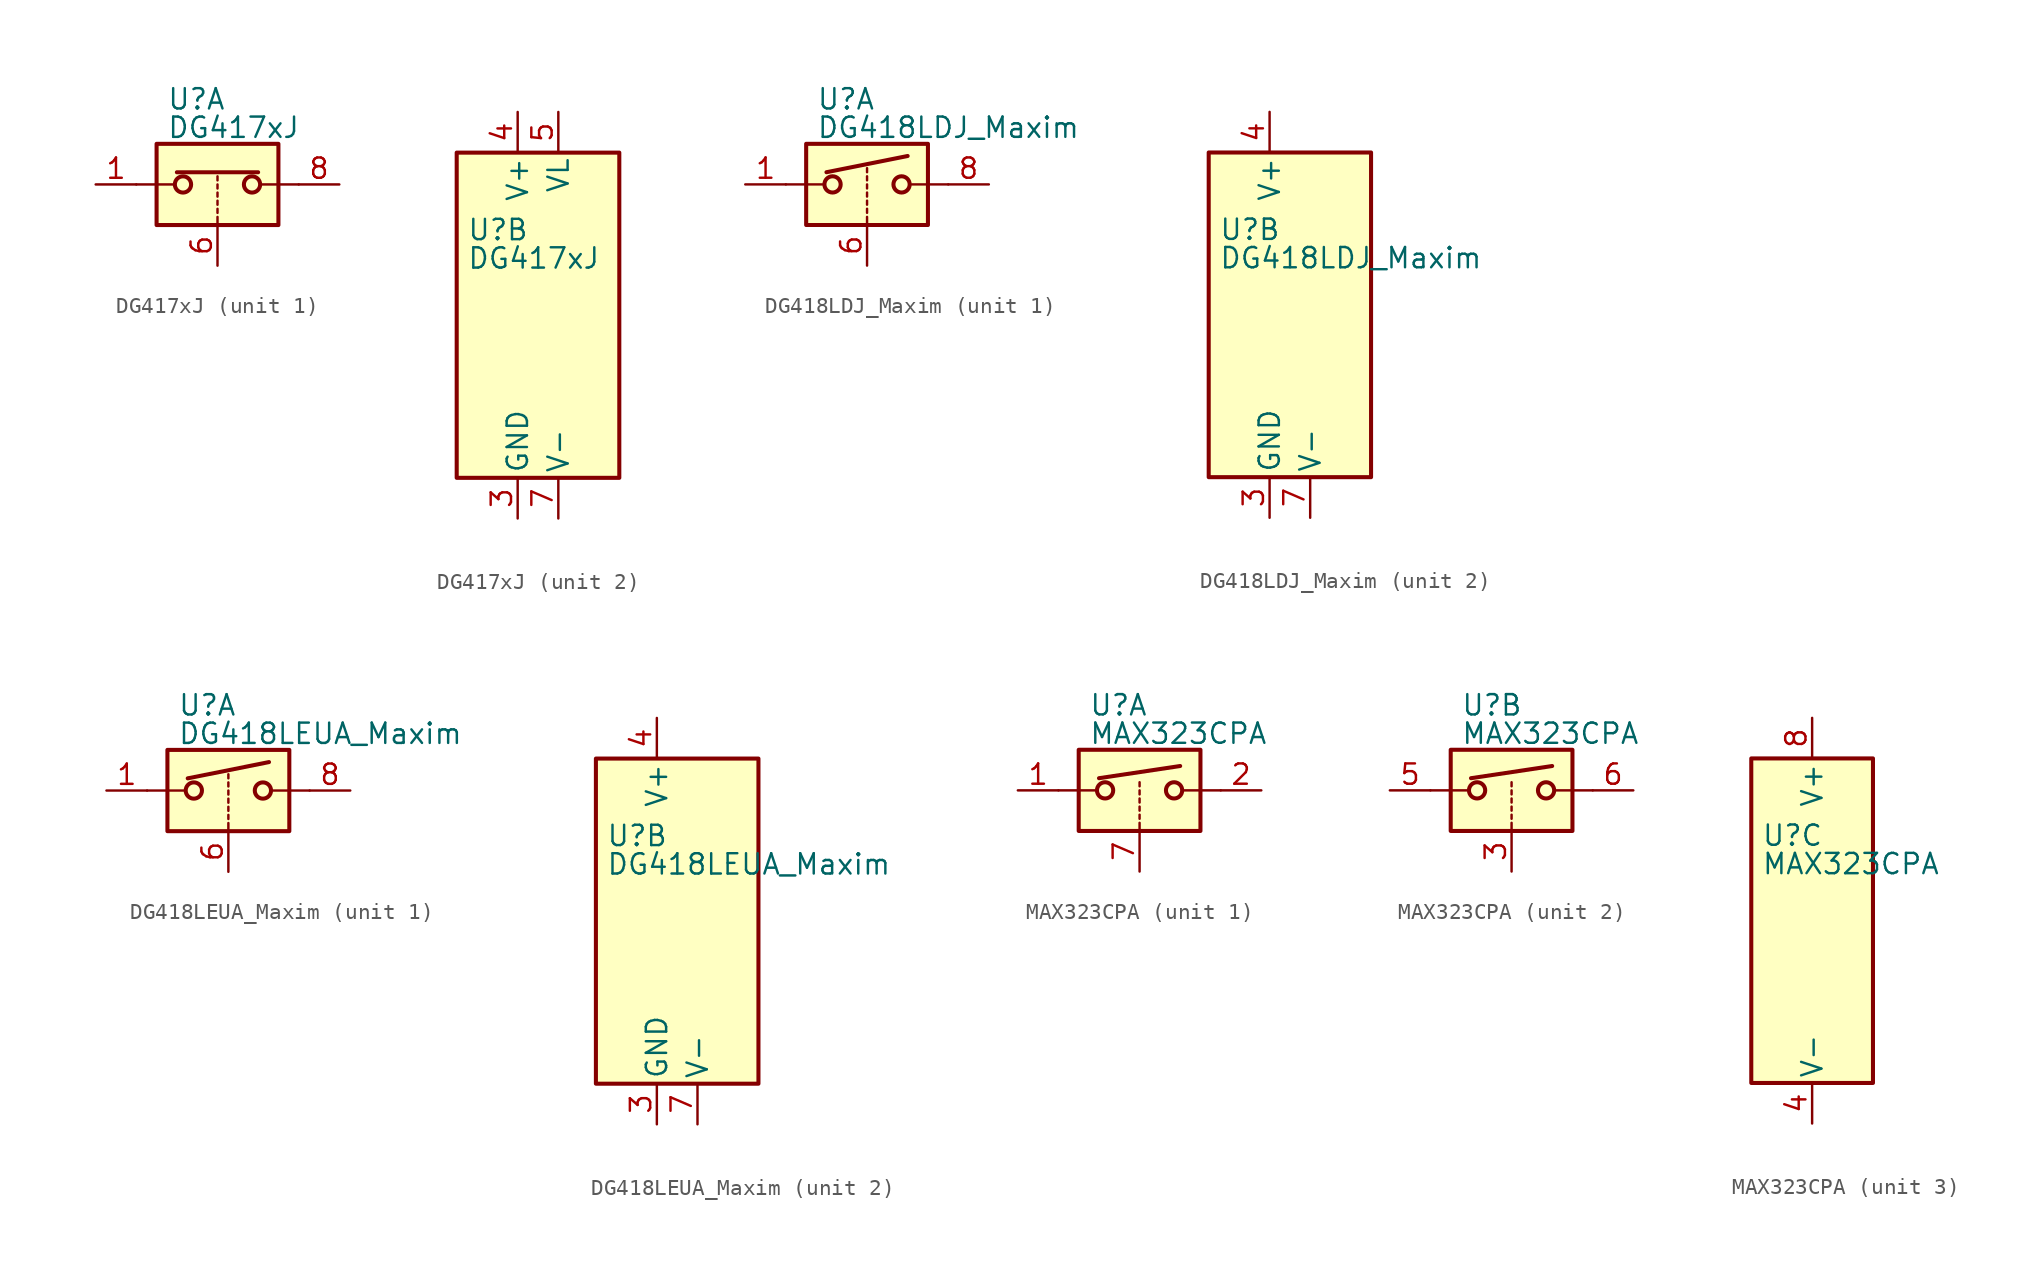
<source format=kicad_sym>
(kicad_symbol_lib
  (version 20211014)
  (generator kicad_symbol_editor)
  (symbol "DG417xJ"
    (pin_names
      (offset 0.254))
    (property "Reference" "U"
      (at -3.175 5.334 0)
      (effects (font (size 1.27 1.27)) (justify left)))
    (property "Value" "DG417xJ"
      (at -3.175 3.556 0)
      (effects (font (size 1.27 1.27)) (justify left)))
    (symbol "DG417xJ_1_1"
      (rectangle (start -3.81 2.54) (end 3.81 -2.54) (stroke (width 0.254) (type default) (color 0 0 0 0)) (fill (type background)))
      (circle (center -2.159 0) (radius 0.508) (stroke (width 0.254) (type default) (color 0 0 0 0)) (fill (type none)))
      (polyline (pts (xy -5.08 0) (xy -2.794 0)) (stroke (width 0) (type default) (color 0 0 0 0)) (fill (type none)))
      (polyline (pts (xy -2.54 0.762) (xy 2.54 0.762)) (stroke (width 0.254) (type default) (color 0 0 0 0)) (fill (type none)))
      (polyline (pts (xy 0 -2.54) (xy 0 -2.032)) (stroke (width 0) (type default) (color 0 0 0 0)) (fill (type none)))
      (polyline (pts (xy 0 -1.778) (xy 0 -1.524)) (stroke (width 0) (type default) (color 0 0 0 0)) (fill (type none)))
      (polyline (pts (xy 0 -1.27) (xy 0 -1.016)) (stroke (width 0) (type default) (color 0 0 0 0)) (fill (type none)))
      (polyline (pts (xy 0 -0.762) (xy 0 -0.508)) (stroke (width 0) (type default) (color 0 0 0 0)) (fill (type none)))
      (polyline (pts (xy 0 -0.254) (xy 0 0)) (stroke (width 0) (type default) (color 0 0 0 0)) (fill (type none)))
      (polyline (pts (xy 0 0.254) (xy 0 0.508)) (stroke (width 0) (type default) (color 0 0 0 0)) (fill (type none)))
      (polyline (pts (xy 5.08 0) (xy 2.794 0)) (stroke (width 0) (type default) (color 0 0 0 0)) (fill (type none)))
      (circle (center 2.159 0) (radius 0.508) (stroke (width 0.254) (type default) (color 0 0 0 0)) (fill (type none)))
      (pin passive line (at -7.62 0 0) (length 2.54) (name "~" (effects (font (size 1.27 1.27)))) (number "1" (effects (font (size 1.27 1.27)))))
      (pin input line (at 0 -5.08 90) (length 2.54) (name "~" (effects (font (size 1.27 1.27)))) (number "6" (effects (font (size 1.27 1.27)))))
      (pin passive line (at 7.62 0 180) (length 2.54) (name "~" (effects (font (size 1.27 1.27)))) (number "8" (effects (font (size 1.27 1.27))))))
    (symbol "DG417xJ_2_0"
      (pin no_connect line (at -2.54 10.16 270) (length 2.54) hide (name "NC" (effects (font (size 1.27 1.27)))) (number "2" (effects (font (size 1.27 1.27)))))
      (pin power_in line (at 0 -12.7 90) (length 2.54) (name "GND" (effects (font (size 1.27 1.27)))) (number "3" (effects (font (size 1.27 1.27)))))
      (pin power_in line (at 0 12.7 270) (length 2.54) (name "V+" (effects (font (size 1.27 1.27)))) (number "4" (effects (font (size 1.27 1.27)))))
      (pin power_in line (at 2.54 12.7 270) (length 2.54) (name "VL" (effects (font (size 1.27 1.27)))) (number "5" (effects (font (size 1.27 1.27)))))
      (pin power_in line (at 2.54 -12.7 90) (length 2.54) (name "V-" (effects (font (size 1.27 1.27)))) (number "7" (effects (font (size 1.27 1.27))))))
    (symbol "DG417xJ_2_1"
      (rectangle (start -3.81 10.16) (end 6.35 -10.16) (stroke (width 0.254) (type default) (color 0 0 0 0)) (fill (type background)))))
  (symbol "DG418LDJ_Maxim"
    (pin_names
      (offset 0.254))
    (property "Reference" "U"
      (at -3.175 5.334 0)
      (effects (font (size 1.27 1.27)) (justify left)))
    (property "Value" "DG418LDJ_Maxim"
      (at -3.175 3.556 0)
      (effects (font (size 1.27 1.27)) (justify left)))
    (symbol "DG418LDJ_Maxim_1_1"
      (rectangle (start -3.81 2.54) (end 3.81 -2.54) (stroke (width 0.254) (type default) (color 0 0 0 0)) (fill (type background)))
      (circle (center -2.159 0) (radius 0.508) (stroke (width 0.254) (type default) (color 0 0 0 0)) (fill (type none)))
      (polyline (pts (xy -5.08 0) (xy -2.794 0)) (stroke (width 0) (type default) (color 0 0 0 0)) (fill (type none)))
      (polyline (pts (xy -2.54 0.762) (xy 2.54 1.778)) (stroke (width 0.254) (type default) (color 0 0 0 0)) (fill (type none)))
      (polyline (pts (xy 0 -2.54) (xy 0 -2.032)) (stroke (width 0) (type default) (color 0 0 0 0)) (fill (type none)))
      (polyline (pts (xy 0 -1.778) (xy 0 -1.524)) (stroke (width 0) (type default) (color 0 0 0 0)) (fill (type none)))
      (polyline (pts (xy 0 -1.27) (xy 0 -1.016)) (stroke (width 0) (type default) (color 0 0 0 0)) (fill (type none)))
      (polyline (pts (xy 0 -0.762) (xy 0 -0.508)) (stroke (width 0) (type default) (color 0 0 0 0)) (fill (type none)))
      (polyline (pts (xy 0 -0.254) (xy 0 0)) (stroke (width 0) (type default) (color 0 0 0 0)) (fill (type none)))
      (polyline (pts (xy 0 0.254) (xy 0 0.508)) (stroke (width 0) (type default) (color 0 0 0 0)) (fill (type none)))
      (polyline (pts (xy 0 0.762) (xy 0 1.016)) (stroke (width 0) (type default) (color 0 0 0 0)) (fill (type none)))
      (polyline (pts (xy 5.08 0) (xy 2.794 0)) (stroke (width 0) (type default) (color 0 0 0 0)) (fill (type none)))
      (circle (center 2.159 0) (radius 0.508) (stroke (width 0.254) (type default) (color 0 0 0 0)) (fill (type none)))
      (pin passive line (at -7.62 0 0) (length 2.54) (name "~" (effects (font (size 1.27 1.27)))) (number "1" (effects (font (size 1.27 1.27)))))
      (pin input line (at 0 -5.08 90) (length 2.54) (name "~" (effects (font (size 1.27 1.27)))) (number "6" (effects (font (size 1.27 1.27)))))
      (pin passive line (at 7.62 0 180) (length 2.54) (name "~" (effects (font (size 1.27 1.27)))) (number "8" (effects (font (size 1.27 1.27))))))
    (symbol "DG418LDJ_Maxim_2_0"
      (pin no_connect line (at -2.54 10.16 270) (length 2.54) hide (name "NC" (effects (font (size 1.27 1.27)))) (number "2" (effects (font (size 1.27 1.27)))))
      (pin power_in line (at 0 -12.7 90) (length 2.54) (name "GND" (effects (font (size 1.27 1.27)))) (number "3" (effects (font (size 1.27 1.27)))))
      (pin power_in line (at 0 12.7 270) (length 2.54) (name "V+" (effects (font (size 1.27 1.27)))) (number "4" (effects (font (size 1.27 1.27)))))
      (pin no_connect line (at 2.54 10.16 270) (length 2.54) hide (name "NC" (effects (font (size 1.27 1.27)))) (number "5" (effects (font (size 1.27 1.27)))))
      (pin power_in line (at 2.54 -12.7 90) (length 2.54) (name "V-" (effects (font (size 1.27 1.27)))) (number "7" (effects (font (size 1.27 1.27))))))
    (symbol "DG418LDJ_Maxim_2_1"
      (rectangle (start -3.81 10.16) (end 6.35 -10.16) (stroke (width 0.254) (type default) (color 0 0 0 0)) (fill (type background)))))
  (symbol "DG418LEUA_Maxim"
    (pin_names
      (offset 0.254))
    (property "Reference" "U"
      (at -3.175 5.334 0)
      (effects (font (size 1.27 1.27)) (justify left)))
    (property "Value" "DG418LEUA_Maxim"
      (at -3.175 3.556 0)
      (effects (font (size 1.27 1.27)) (justify left)))
    (symbol "DG418LEUA_Maxim_1_1"
      (rectangle (start -3.81 2.54) (end 3.81 -2.54) (stroke (width 0.254) (type default) (color 0 0 0 0)) (fill (type background)))
      (circle (center -2.159 0) (radius 0.508) (stroke (width 0.254) (type default) (color 0 0 0 0)) (fill (type none)))
      (polyline (pts (xy -5.08 0) (xy -2.794 0)) (stroke (width 0) (type default) (color 0 0 0 0)) (fill (type none)))
      (polyline (pts (xy -2.54 0.762) (xy 2.54 1.778)) (stroke (width 0.254) (type default) (color 0 0 0 0)) (fill (type none)))
      (polyline (pts (xy 0 -2.54) (xy 0 -2.032)) (stroke (width 0) (type default) (color 0 0 0 0)) (fill (type none)))
      (polyline (pts (xy 0 -1.778) (xy 0 -1.524)) (stroke (width 0) (type default) (color 0 0 0 0)) (fill (type none)))
      (polyline (pts (xy 0 -1.27) (xy 0 -1.016)) (stroke (width 0) (type default) (color 0 0 0 0)) (fill (type none)))
      (polyline (pts (xy 0 -0.762) (xy 0 -0.508)) (stroke (width 0) (type default) (color 0 0 0 0)) (fill (type none)))
      (polyline (pts (xy 0 -0.254) (xy 0 0)) (stroke (width 0) (type default) (color 0 0 0 0)) (fill (type none)))
      (polyline (pts (xy 0 0.254) (xy 0 0.508)) (stroke (width 0) (type default) (color 0 0 0 0)) (fill (type none)))
      (polyline (pts (xy 0 0.762) (xy 0 1.016)) (stroke (width 0) (type default) (color 0 0 0 0)) (fill (type none)))
      (polyline (pts (xy 5.08 0) (xy 2.794 0)) (stroke (width 0) (type default) (color 0 0 0 0)) (fill (type none)))
      (circle (center 2.159 0) (radius 0.508) (stroke (width 0.254) (type default) (color 0 0 0 0)) (fill (type none)))
      (pin passive line (at -7.62 0 0) (length 2.54) (name "~" (effects (font (size 1.27 1.27)))) (number "1" (effects (font (size 1.27 1.27)))))
      (pin input line (at 0 -5.08 90) (length 2.54) (name "~" (effects (font (size 1.27 1.27)))) (number "6" (effects (font (size 1.27 1.27)))))
      (pin passive line (at 7.62 0 180) (length 2.54) (name "~" (effects (font (size 1.27 1.27)))) (number "8" (effects (font (size 1.27 1.27))))))
    (symbol "DG418LEUA_Maxim_2_0"
      (pin no_connect line (at -2.54 10.16 270) (length 2.54) hide (name "NC" (effects (font (size 1.27 1.27)))) (number "2" (effects (font (size 1.27 1.27)))))
      (pin power_in line (at 0 -12.7 90) (length 2.54) (name "GND" (effects (font (size 1.27 1.27)))) (number "3" (effects (font (size 1.27 1.27)))))
      (pin power_in line (at 0 12.7 270) (length 2.54) (name "V+" (effects (font (size 1.27 1.27)))) (number "4" (effects (font (size 1.27 1.27)))))
      (pin no_connect line (at 2.54 10.16 270) (length 2.54) hide (name "NC" (effects (font (size 1.27 1.27)))) (number "5" (effects (font (size 1.27 1.27)))))
      (pin power_in line (at 2.54 -12.7 90) (length 2.54) (name "V-" (effects (font (size 1.27 1.27)))) (number "7" (effects (font (size 1.27 1.27))))))
    (symbol "DG418LEUA_Maxim_2_1"
      (rectangle (start -3.81 10.16) (end 6.35 -10.16) (stroke (width 0.254) (type default) (color 0 0 0 0)) (fill (type background)))))
  (symbol "MAX323CPA"
    (pin_names
      (offset 0.254))
    (property "Reference" "U"
      (at -3.175 5.334 0)
      (effects (font (size 1.27 1.27)) (justify left)))
    (property "Value" "MAX323CPA"
      (at -3.175 3.556 0)
      (effects (font (size 1.27 1.27)) (justify left)))
    (symbol "MAX323CPA_1_1"
      (rectangle (start -3.81 2.54) (end 3.81 -2.54) (stroke (width 0.254) (type default) (color 0 0 0 0)) (fill (type background)))
      (circle (center -2.159 0) (radius 0.508) (stroke (width 0.254) (type default) (color 0 0 0 0)) (fill (type none)))
      (polyline (pts (xy -5.08 0) (xy -2.794 0)) (stroke (width 0) (type default) (color 0 0 0 0)) (fill (type none)))
      (polyline (pts (xy -2.54 0.762) (xy 2.54 1.524)) (stroke (width 0.254) (type default) (color 0 0 0 0)) (fill (type none)))
      (polyline (pts (xy 0 -2.54) (xy 0 -2.032)) (stroke (width 0) (type default) (color 0 0 0 0)) (fill (type none)))
      (polyline (pts (xy 0 -1.778) (xy 0 -1.524)) (stroke (width 0) (type default) (color 0 0 0 0)) (fill (type none)))
      (polyline (pts (xy 0 -1.27) (xy 0 -1.016)) (stroke (width 0) (type default) (color 0 0 0 0)) (fill (type none)))
      (polyline (pts (xy 0 -0.762) (xy 0 -0.508)) (stroke (width 0) (type default) (color 0 0 0 0)) (fill (type none)))
      (polyline (pts (xy 0 -0.254) (xy 0 0)) (stroke (width 0) (type default) (color 0 0 0 0)) (fill (type none)))
      (polyline (pts (xy 0 0.254) (xy 0 0.508)) (stroke (width 0) (type default) (color 0 0 0 0)) (fill (type none)))
      (polyline (pts (xy 5.08 0) (xy 2.794 0)) (stroke (width 0) (type default) (color 0 0 0 0)) (fill (type none)))
      (circle (center 2.159 0) (radius 0.508) (stroke (width 0.254) (type default) (color 0 0 0 0)) (fill (type none)))
      (pin passive line (at -7.62 0 0) (length 2.54) (name "~" (effects (font (size 1.27 1.27)))) (number "1" (effects (font (size 1.27 1.27)))))
      (pin passive line (at 7.62 0 180) (length 2.54) (name "~" (effects (font (size 1.27 1.27)))) (number "2" (effects (font (size 1.27 1.27)))))
      (pin input line (at 0 -5.08 90) (length 2.54) (name "~" (effects (font (size 1.27 1.27)))) (number "7" (effects (font (size 1.27 1.27))))))
    (symbol "MAX323CPA_2_1"
      (rectangle (start -3.81 2.54) (end 3.81 -2.54) (stroke (width 0.254) (type default) (color 0 0 0 0)) (fill (type background)))
      (circle (center -2.159 0) (radius 0.508) (stroke (width 0.254) (type default) (color 0 0 0 0)) (fill (type none)))
      (polyline (pts (xy -5.08 0) (xy -2.794 0)) (stroke (width 0) (type default) (color 0 0 0 0)) (fill (type none)))
      (polyline (pts (xy -2.54 0.762) (xy 2.54 1.524)) (stroke (width 0.254) (type default) (color 0 0 0 0)) (fill (type none)))
      (polyline (pts (xy 0 -2.54) (xy 0 -2.032)) (stroke (width 0) (type default) (color 0 0 0 0)) (fill (type none)))
      (polyline (pts (xy 0 -1.778) (xy 0 -1.524)) (stroke (width 0) (type default) (color 0 0 0 0)) (fill (type none)))
      (polyline (pts (xy 0 -1.27) (xy 0 -1.016)) (stroke (width 0) (type default) (color 0 0 0 0)) (fill (type none)))
      (polyline (pts (xy 0 -0.762) (xy 0 -0.508)) (stroke (width 0) (type default) (color 0 0 0 0)) (fill (type none)))
      (polyline (pts (xy 0 -0.254) (xy 0 0)) (stroke (width 0) (type default) (color 0 0 0 0)) (fill (type none)))
      (polyline (pts (xy 0 0.254) (xy 0 0.508)) (stroke (width 0) (type default) (color 0 0 0 0)) (fill (type none)))
      (polyline (pts (xy 5.08 0) (xy 2.794 0)) (stroke (width 0) (type default) (color 0 0 0 0)) (fill (type none)))
      (circle (center 2.159 0) (radius 0.508) (stroke (width 0.254) (type default) (color 0 0 0 0)) (fill (type none)))
      (pin input line (at 0 -5.08 90) (length 2.54) (name "~" (effects (font (size 1.27 1.27)))) (number "3" (effects (font (size 1.27 1.27)))))
      (pin passive line (at -7.62 0 0) (length 2.54) (name "~" (effects (font (size 1.27 1.27)))) (number "5" (effects (font (size 1.27 1.27)))))
      (pin passive line (at 7.62 0 180) (length 2.54) (name "~" (effects (font (size 1.27 1.27)))) (number "6" (effects (font (size 1.27 1.27))))))
    (symbol "MAX323CPA_3_0"
      (pin power_in line (at 0 -12.7 90) (length 2.54) (name "V-" (effects (font (size 1.27 1.27)))) (number "4" (effects (font (size 1.27 1.27)))))
      (pin power_in line (at 0 12.7 270) (length 2.54) (name "V+" (effects (font (size 1.27 1.27)))) (number "8" (effects (font (size 1.27 1.27))))))
    (symbol "MAX323CPA_3_1"
      (rectangle (start -3.81 10.16) (end 3.81 -10.16) (stroke (width 0.254) (type default) (color 0 0 0 0)) (fill (type background))))))
</source>
